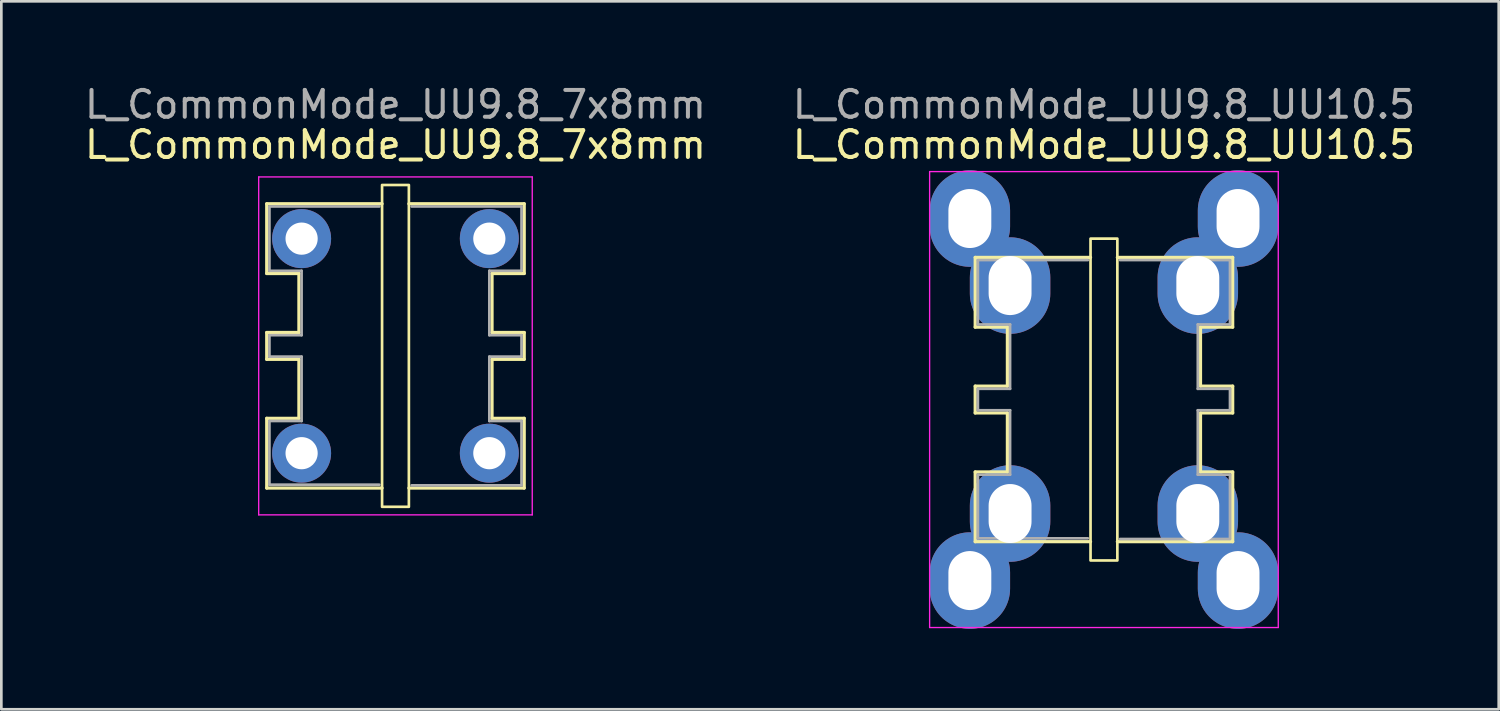
<source format=kicad_pcb>
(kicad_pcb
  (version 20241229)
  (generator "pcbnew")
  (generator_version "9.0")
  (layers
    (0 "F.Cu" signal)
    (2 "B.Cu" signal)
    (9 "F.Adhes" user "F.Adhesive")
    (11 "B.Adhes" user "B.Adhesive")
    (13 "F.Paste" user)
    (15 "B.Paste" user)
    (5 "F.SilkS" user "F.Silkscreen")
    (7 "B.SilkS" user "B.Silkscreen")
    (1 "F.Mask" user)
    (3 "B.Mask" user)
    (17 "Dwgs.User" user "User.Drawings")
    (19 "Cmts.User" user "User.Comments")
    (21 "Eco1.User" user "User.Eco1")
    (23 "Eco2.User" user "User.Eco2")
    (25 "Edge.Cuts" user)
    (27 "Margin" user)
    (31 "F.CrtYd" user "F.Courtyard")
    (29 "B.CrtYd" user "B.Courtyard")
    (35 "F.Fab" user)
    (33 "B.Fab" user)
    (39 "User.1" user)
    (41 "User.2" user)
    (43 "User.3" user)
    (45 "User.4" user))
  (footprint "L_CommonMode_UU9.8_7x8mm"
    (layer "F.Cu")
    (at 11.696 9.848)
    (property "Reference" "L_CommonMode_UU9.8_7x8mm" (at 0 -7.5 0) (layer "F.SilkS") (effects (font (size 1 1) (thickness 0.15))))
    (attr through_hole)
    (fp_line (start -4.8 -5.3) (end -0.5 -5.3) (stroke (width 0.12) (type solid)) (layer "F.SilkS"))
    (fp_line (start -4.8 -2.7) (end -4.8 -5.3) (stroke (width 0.12) (type solid)) (layer "F.SilkS"))
    (fp_line (start -4.8 -0.5) (end -3.6 -0.5) (stroke (width 0.12) (type solid)) (layer "F.SilkS"))
    (fp_line (start -4.8 0.5) (end -4.8 -0.5) (stroke (width 0.12) (type solid)) (layer "F.SilkS"))
    (fp_line (start -4.8 0.5) (end -3.6 0.5) (stroke (width 0.12) (type solid)) (layer "F.SilkS"))
    (fp_line (start -4.8 5.3) (end -4.8 2.7) (stroke (width 0.12) (type solid)) (layer "F.SilkS"))
    (fp_line (start -3.6 -2.7) (end -4.8 -2.7) (stroke (width 0.12) (type solid)) (layer "F.SilkS"))
    (fp_line (start -3.6 -0.5) (end -3.6 -2.7) (stroke (width 0.12) (type solid)) (layer "F.SilkS"))
    (fp_line (start -3.6 2.7) (end -4.8 2.7) (stroke (width 0.12) (type solid)) (layer "F.SilkS"))
    (fp_line (start -3.6 2.7) (end -3.6 0.5) (stroke (width 0.12) (type solid)) (layer "F.SilkS"))
    (fp_line (start -0.5 5.3) (end -4.8 5.3) (stroke (width 0.12) (type solid)) (layer "F.SilkS"))
    (fp_line (start 0.5 -5.3) (end 4.8 -5.3) (stroke (width 0.12) (type solid)) (layer "F.SilkS"))
    (fp_line (start 3.6 -2.7) (end 4.8 -2.7) (stroke (width 0.12) (type solid)) (layer "F.SilkS"))
    (fp_line (start 3.6 -0.5) (end 3.6 -2.7) (stroke (width 0.12) (type solid)) (layer "F.SilkS"))
    (fp_line (start 3.6 2.7) (end 3.6 0.5) (stroke (width 0.12) (type solid)) (layer "F.SilkS"))
    (fp_line (start 3.6 2.7) (end 4.8 2.7) (stroke (width 0.12) (type solid)) (layer "F.SilkS"))
    (fp_line (start 4.8 -2.7) (end 4.8 -5.3) (stroke (width 0.12) (type solid)) (layer "F.SilkS"))
    (fp_line (start 4.8 -0.5) (end 3.6 -0.5) (stroke (width 0.12) (type solid)) (layer "F.SilkS"))
    (fp_line (start 4.8 0.5) (end 3.6 0.5) (stroke (width 0.12) (type solid)) (layer "F.SilkS"))
    (fp_line (start 4.8 0.5) (end 4.8 -0.5) (stroke (width 0.12) (type solid)) (layer "F.SilkS"))
    (fp_line (start 4.8 5.3) (end 0.5 5.3) (stroke (width 0.12) (type solid)) (layer "F.SilkS"))
    (fp_line (start 4.8 5.3) (end 4.8 2.7) (stroke (width 0.12) (type solid)) (layer "F.SilkS"))
    (fp_rect (start -0.5 -6) (end 0.5 6) (stroke (width 0.1) (type default)) (fill no) (layer "F.SilkS"))
    (fp_line (start -5.1 -6.3) (end -5.1 6.3) (stroke (width 0.05) (type solid)) (layer "F.CrtYd"))
    (fp_line (start -5.1 6.3) (end 5.1 6.3) (stroke (width 0.05) (type solid)) (layer "F.CrtYd"))
    (fp_line (start 5.1 -6.3) (end -5.1 -6.3) (stroke (width 0.05) (type solid)) (layer "F.CrtYd"))
    (fp_line (start 5.1 6.3) (end 5.1 -6.3) (stroke (width 0.05) (type solid)) (layer "F.CrtYd"))
    (fp_line (start -4.7 -5.175) (end -4.7 -2.8) (stroke (width 0.1) (type solid)) (layer "F.Fab"))
    (fp_line (start -4.7 -2.8) (end -3.5 -2.8) (stroke (width 0.1) (type solid)) (layer "F.Fab"))
    (fp_line (start -4.7 -0.4) (end -4.7 0.4) (stroke (width 0.1) (type solid)) (layer "F.Fab"))
    (fp_line (start -4.7 2.8) (end -3.5 2.8) (stroke (width 0.1) (type solid)) (layer "F.Fab"))
    (fp_line (start -4.7 5.175) (end -4.7 2.8) (stroke (width 0.1) (type solid)) (layer "F.Fab"))
    (fp_line (start -4.7 5.175) (end -0.6 5.175) (stroke (width 0.1) (type solid)) (layer "F.Fab"))
    (fp_line (start -3.5 -2.8) (end -3.5 -0.4) (stroke (width 0.1) (type solid)) (layer "F.Fab"))
    (fp_line (start -3.5 -0.4) (end -4.7 -0.4) (stroke (width 0.1) (type solid)) (layer "F.Fab"))
    (fp_line (start -3.5 0.4) (end -4.7 0.4) (stroke (width 0.1) (type solid)) (layer "F.Fab"))
    (fp_line (start -3.5 2.8) (end -3.5 0.4) (stroke (width 0.1) (type solid)) (layer "F.Fab"))
    (fp_line (start -0.6 -5.2) (end -4.7 -5.2) (stroke (width 0.1) (type solid)) (layer "F.Fab"))
    (fp_line (start 0.6 5.2) (end 4.7 5.2) (stroke (width 0.1) (type solid)) (layer "F.Fab"))
    (fp_line (start 3.5 -2.8) (end 3.5 -0.4) (stroke (width 0.1) (type solid)) (layer "F.Fab"))
    (fp_line (start 3.5 -0.4) (end 4.7 -0.4) (stroke (width 0.1) (type solid)) (layer "F.Fab"))
    (fp_line (start 3.5 0.4) (end 4.7 0.4) (stroke (width 0.1) (type solid)) (layer "F.Fab"))
    (fp_line (start 3.5 2.8) (end 3.5 0.4) (stroke (width 0.1) (type solid)) (layer "F.Fab"))
    (fp_line (start 4.7 -5.2) (end 0.6 -5.2) (stroke (width 0.1) (type solid)) (layer "F.Fab"))
    (fp_line (start 4.7 -5.175) (end 4.7 -2.8) (stroke (width 0.1) (type solid)) (layer "F.Fab"))
    (fp_line (start 4.7 -2.8) (end 3.5 -2.8) (stroke (width 0.1) (type solid)) (layer "F.Fab"))
    (fp_line (start 4.7 -0.4) (end 4.7 0.4) (stroke (width 0.1) (type solid)) (layer "F.Fab"))
    (fp_line (start 4.7 2.8) (end 3.5 2.8) (stroke (width 0.1) (type solid)) (layer "F.Fab"))
    (fp_line (start 4.7 5.175) (end 4.7 2.8) (stroke (width 0.1) (type solid)) (layer "F.Fab"))
    (fp_text user "${REFERENCE}" (at 0 -9 0) (layer "F.Fab") (effects (font (size 1 1) (thickness 0.15))))
    (pad "1" thru_hole circle (at -3.5 -4) (size 2.2 2.2) (drill 1.2) (layers "*.Cu" "*.Mask"))
    (pad "2" thru_hole circle (at 3.5 -4) (size 2.2 2.2) (drill 1.2) (layers "*.Cu" "*.Mask"))
    (pad "3" thru_hole circle (at -3.5 4) (size 2.2 2.2) (drill 1.2) (layers "*.Cu" "*.Mask"))
    (pad "4" thru_hole circle (at 3.5 4) (size 2.2 2.2) (drill 1.2) (layers "*.Cu" "*.Mask")))
  (footprint "L_CommonMode_UU9.8_UU10.5"
    (layer "F.Cu")
    (at 38.113 11.848)
    (property "Reference" "L_CommonMode_UU9.8_UU10.5" (at 0 -9.5 0) (layer "F.SilkS") (effects (font (size 1 1) (thickness 0.15))))
    (attr through_hole)
    (fp_line (start -4.8 -5.3) (end -0.5 -5.3) (stroke (width 0.12) (type solid)) (layer "F.SilkS"))
    (fp_line (start -4.8 -2.7) (end -4.8 -5.3) (stroke (width 0.12) (type solid)) (layer "F.SilkS"))
    (fp_line (start -4.8 -0.5) (end -3.6 -0.5) (stroke (width 0.12) (type solid)) (layer "F.SilkS"))
    (fp_line (start -4.8 0.5) (end -4.8 -0.5) (stroke (width 0.12) (type solid)) (layer "F.SilkS"))
    (fp_line (start -4.8 0.5) (end -3.6 0.5) (stroke (width 0.12) (type solid)) (layer "F.SilkS"))
    (fp_line (start -4.8 5.3) (end -4.8 2.7) (stroke (width 0.12) (type solid)) (layer "F.SilkS"))
    (fp_line (start -3.6 -2.7) (end -4.8 -2.7) (stroke (width 0.12) (type solid)) (layer "F.SilkS"))
    (fp_line (start -3.6 -0.5) (end -3.6 -2.7) (stroke (width 0.12) (type solid)) (layer "F.SilkS"))
    (fp_line (start -3.6 2.7) (end -4.8 2.7) (stroke (width 0.12) (type solid)) (layer "F.SilkS"))
    (fp_line (start -3.6 2.7) (end -3.6 0.5) (stroke (width 0.12) (type solid)) (layer "F.SilkS"))
    (fp_line (start -0.5 5.3) (end -4.8 5.3) (stroke (width 0.12) (type solid)) (layer "F.SilkS"))
    (fp_line (start 0.5 -5.3) (end 4.8 -5.3) (stroke (width 0.12) (type solid)) (layer "F.SilkS"))
    (fp_line (start 3.6 -2.7) (end 4.8 -2.7) (stroke (width 0.12) (type solid)) (layer "F.SilkS"))
    (fp_line (start 3.6 -0.5) (end 3.6 -2.7) (stroke (width 0.12) (type solid)) (layer "F.SilkS"))
    (fp_line (start 3.6 2.7) (end 3.6 0.5) (stroke (width 0.12) (type solid)) (layer "F.SilkS"))
    (fp_line (start 3.6 2.7) (end 4.8 2.7) (stroke (width 0.12) (type solid)) (layer "F.SilkS"))
    (fp_line (start 4.8 -2.7) (end 4.8 -5.3) (stroke (width 0.12) (type solid)) (layer "F.SilkS"))
    (fp_line (start 4.8 -0.5) (end 3.6 -0.5) (stroke (width 0.12) (type solid)) (layer "F.SilkS"))
    (fp_line (start 4.8 0.5) (end 3.6 0.5) (stroke (width 0.12) (type solid)) (layer "F.SilkS"))
    (fp_line (start 4.8 0.5) (end 4.8 -0.5) (stroke (width 0.12) (type solid)) (layer "F.SilkS"))
    (fp_line (start 4.8 5.3) (end 0.5 5.3) (stroke (width 0.12) (type solid)) (layer "F.SilkS"))
    (fp_line (start 4.8 5.3) (end 4.8 2.7) (stroke (width 0.12) (type solid)) (layer "F.SilkS"))
    (fp_rect (start -0.5 -6) (end 0.5 6) (stroke (width 0.1) (type default)) (fill no) (layer "F.SilkS"))
    (fp_line (start -6.5 -8.5) (end -6.5 8.5) (stroke (width 0.05) (type solid)) (layer "F.CrtYd"))
    (fp_line (start -6.5 8.5) (end 6.5 8.5) (stroke (width 0.05) (type solid)) (layer "F.CrtYd"))
    (fp_line (start 6.5 -8.5) (end -6.5 -8.5) (stroke (width 0.05) (type solid)) (layer "F.CrtYd"))
    (fp_line (start 6.5 8.5) (end 6.5 -8.5) (stroke (width 0.05) (type solid)) (layer "F.CrtYd"))
    (fp_line (start -4.7 -5.175) (end -4.7 -2.8) (stroke (width 0.1) (type solid)) (layer "F.Fab"))
    (fp_line (start -4.7 -2.8) (end -3.5 -2.8) (stroke (width 0.1) (type solid)) (layer "F.Fab"))
    (fp_line (start -4.7 -0.4) (end -4.7 0.4) (stroke (width 0.1) (type solid)) (layer "F.Fab"))
    (fp_line (start -4.7 2.8) (end -3.5 2.8) (stroke (width 0.1) (type solid)) (layer "F.Fab"))
    (fp_line (start -4.7 5.175) (end -4.7 2.8) (stroke (width 0.1) (type solid)) (layer "F.Fab"))
    (fp_line (start -4.7 5.175) (end -0.6 5.175) (stroke (width 0.1) (type solid)) (layer "F.Fab"))
    (fp_line (start -3.5 -2.8) (end -3.5 -0.4) (stroke (width 0.1) (type solid)) (layer "F.Fab"))
    (fp_line (start -3.5 -0.4) (end -4.7 -0.4) (stroke (width 0.1) (type solid)) (layer "F.Fab"))
    (fp_line (start -3.5 0.4) (end -4.7 0.4) (stroke (width 0.1) (type solid)) (layer "F.Fab"))
    (fp_line (start -3.5 2.8) (end -3.5 0.4) (stroke (width 0.1) (type solid)) (layer "F.Fab"))
    (fp_line (start -0.6 -5.2) (end -4.7 -5.2) (stroke (width 0.1) (type solid)) (layer "F.Fab"))
    (fp_line (start 0.6 5.2) (end 4.7 5.2) (stroke (width 0.1) (type solid)) (layer "F.Fab"))
    (fp_line (start 3.5 -2.8) (end 3.5 -0.4) (stroke (width 0.1) (type solid)) (layer "F.Fab"))
    (fp_line (start 3.5 -0.4) (end 4.7 -0.4) (stroke (width 0.1) (type solid)) (layer "F.Fab"))
    (fp_line (start 3.5 0.4) (end 4.7 0.4) (stroke (width 0.1) (type solid)) (layer "F.Fab"))
    (fp_line (start 3.5 2.8) (end 3.5 0.4) (stroke (width 0.1) (type solid)) (layer "F.Fab"))
    (fp_line (start 4.7 -5.2) (end 0.6 -5.2) (stroke (width 0.1) (type solid)) (layer "F.Fab"))
    (fp_line (start 4.7 -5.175) (end 4.7 -2.8) (stroke (width 0.1) (type solid)) (layer "F.Fab"))
    (fp_line (start 4.7 -2.8) (end 3.5 -2.8) (stroke (width 0.1) (type solid)) (layer "F.Fab"))
    (fp_line (start 4.7 -0.4) (end 4.7 0.4) (stroke (width 0.1) (type solid)) (layer "F.Fab"))
    (fp_line (start 4.7 2.8) (end 3.5 2.8) (stroke (width 0.1) (type solid)) (layer "F.Fab"))
    (fp_line (start 4.7 5.175) (end 4.7 2.8) (stroke (width 0.1) (type solid)) (layer "F.Fab"))
    (fp_text user "${REFERENCE}" (at 0 -11 0) (layer "F.Fab") (effects (font (size 1 1) (thickness 0.15))))
    (pad "1" thru_hole oval (at 3.5 -4.25) (size 3 3.6) (drill oval 1.6 2.2) (layers "*.Cu" "*.Mask"))
    (pad "1" thru_hole oval (at 5 -6.75) (size 3 3.6) (drill oval 1.6 2.2) (layers "*.Cu" "*.Mask"))
    (pad "2" thru_hole oval (at -5 -6.75) (size 3 3.6) (drill oval 1.6 2.2) (layers "*.Cu" "*.Mask"))
    (pad "2" thru_hole oval (at -3.5 -4.25) (size 3 3.6) (drill oval 1.6 2.2) (layers "*.Cu" "*.Mask"))
    (pad "3" thru_hole oval (at 3.5 4.25) (size 3 3.6) (drill oval 1.6 2.2) (layers "*.Cu" "*.Mask"))
    (pad "3" thru_hole oval (at 5 6.75) (size 3 3.6) (drill oval 1.6 2.2) (layers "*.Cu" "*.Mask"))
    (pad "4" thru_hole oval (at -5 6.75) (size 3 3.6) (drill oval 1.6 2.2) (layers "*.Cu" "*.Mask"))
    (pad "4" thru_hole oval (at -3.5 4.25) (size 3 3.6) (drill oval 1.6 2.2) (layers "*.Cu" "*.Mask")))
  (gr_rect
    (start -3 -3)
    (end 52.833 23.398)
    (stroke (width 0.1) (type default))
    (fill no)
    (layer "Edge.Cuts")))
</source>
